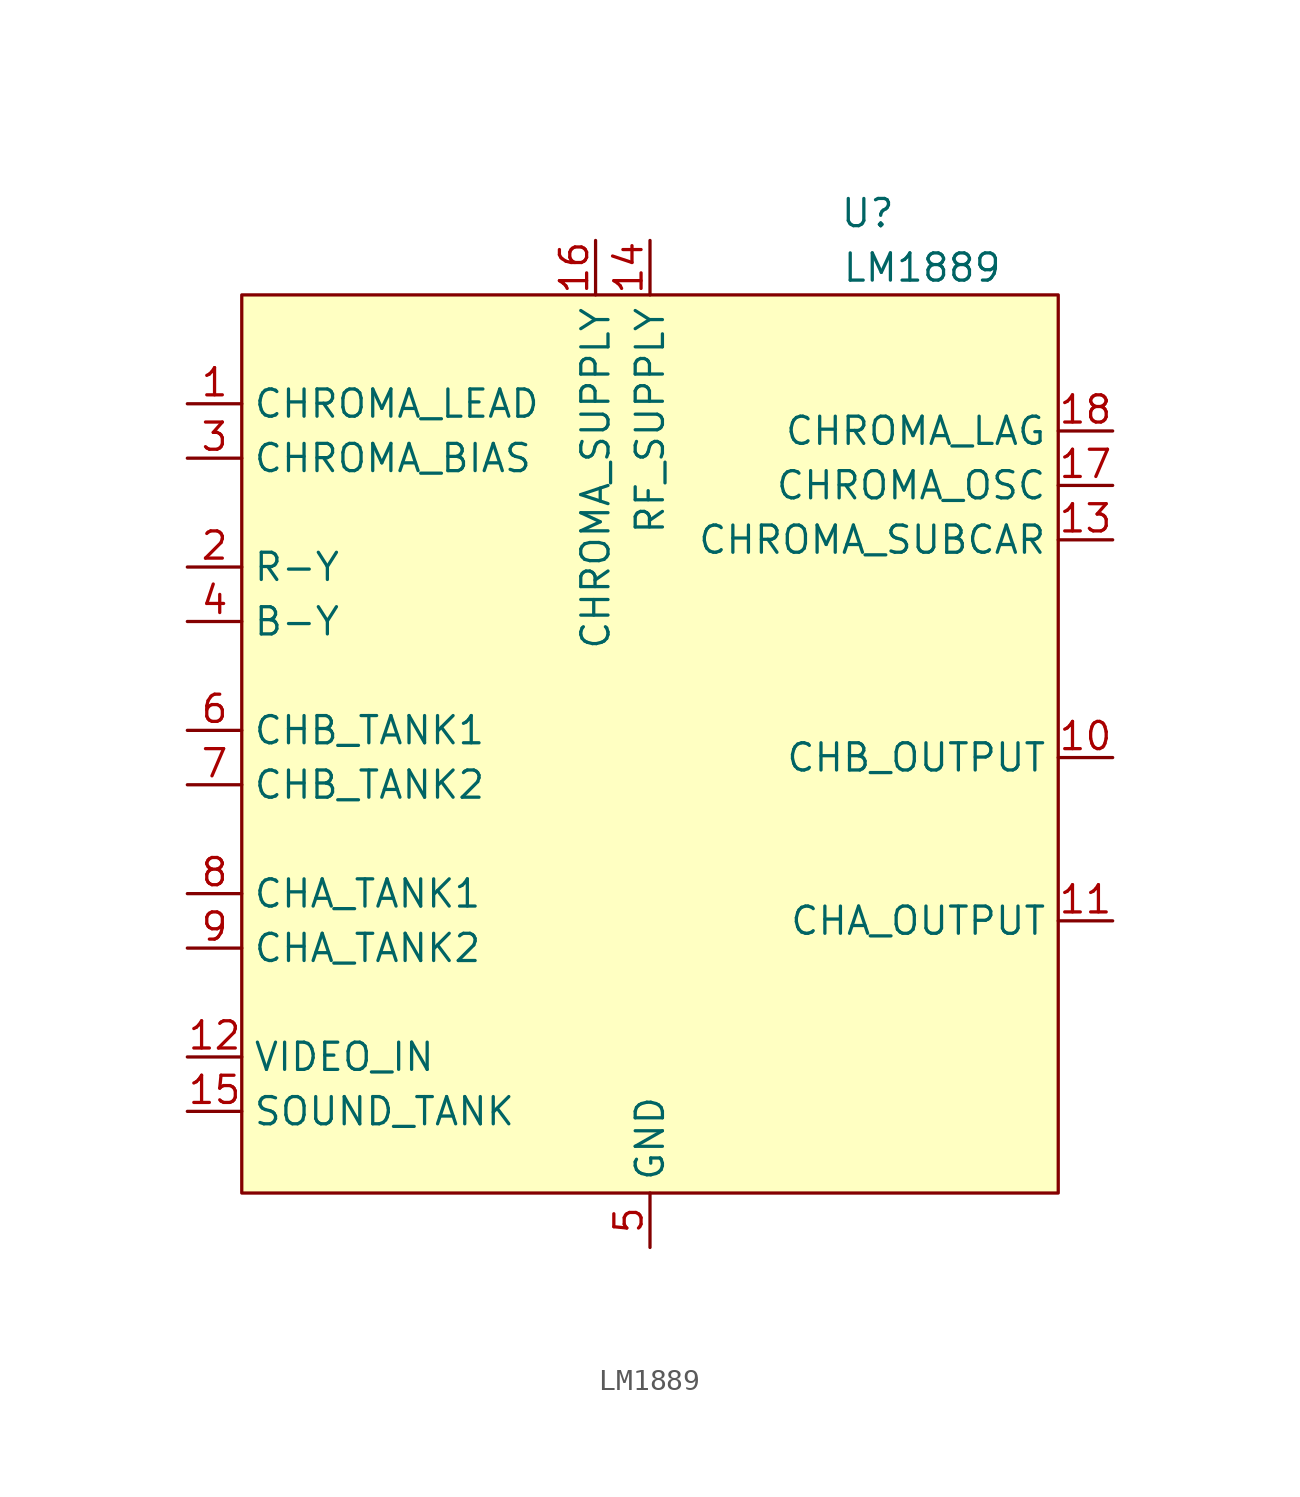
<source format=kicad_sym>
(kicad_symbol_lib
  (version 20211014)
  (generator kicad_symbol_editor)
  (symbol "LM1889"
    (property "Reference" "U"
      (at 10.16 3.81 0)
      (effects (font (size 1.27 1.27))))
    (property "Value" "LM1889"
      (at 12.7 1.27 0)
      (effects (font (size 1.27 1.27))))
    (symbol "LM1889_0_1"
      (rectangle (start -19.05 0) (end 19.05 -41.91) (stroke (width 0) (type default) (color 0 0 0 0)) (fill (type background))))
    (symbol "LM1889_1_1"
      (pin input line (at -21.59 -5.08 0) (length 2.54) (name "CHROMA_LEAD" (effects (font (size 1.27 1.27)))) (number "1" (effects (font (size 1.27 1.27)))))
      (pin output line (at 21.59 -21.59 180) (length 2.54) (name "CHB_OUTPUT" (effects (font (size 1.27 1.27)))) (number "10" (effects (font (size 1.27 1.27)))))
      (pin output line (at 21.59 -29.21 180) (length 2.54) (name "CHA_OUTPUT" (effects (font (size 1.27 1.27)))) (number "11" (effects (font (size 1.27 1.27)))))
      (pin input line (at -21.59 -35.56 0) (length 2.54) (name "VIDEO_IN" (effects (font (size 1.27 1.27)))) (number "12" (effects (font (size 1.27 1.27)))))
      (pin output line (at 21.59 -11.43 180) (length 2.54) (name "CHROMA_SUBCAR" (effects (font (size 1.27 1.27)))) (number "13" (effects (font (size 1.27 1.27)))))
      (pin power_in line (at 0 2.54 270) (length 2.54) (name "RF_SUPPLY" (effects (font (size 1.27 1.27)))) (number "14" (effects (font (size 1.27 1.27)))))
      (pin input line (at -21.59 -38.1 0) (length 2.54) (name "SOUND_TANK" (effects (font (size 1.27 1.27)))) (number "15" (effects (font (size 1.27 1.27)))))
      (pin power_in line (at -2.54 2.54 270) (length 2.54) (name "CHROMA_SUPPLY" (effects (font (size 1.27 1.27)))) (number "16" (effects (font (size 1.27 1.27)))))
      (pin output line (at 21.59 -8.89 180) (length 2.54) (name "CHROMA_OSC" (effects (font (size 1.27 1.27)))) (number "17" (effects (font (size 1.27 1.27)))))
      (pin output line (at 21.59 -6.35 180) (length 2.54) (name "CHROMA_LAG" (effects (font (size 1.27 1.27)))) (number "18" (effects (font (size 1.27 1.27)))))
      (pin input line (at -21.59 -12.7 0) (length 2.54) (name "R-Y" (effects (font (size 1.27 1.27)))) (number "2" (effects (font (size 1.27 1.27)))))
      (pin input line (at -21.59 -7.62 0) (length 2.54) (name "CHROMA_BIAS" (effects (font (size 1.27 1.27)))) (number "3" (effects (font (size 1.27 1.27)))))
      (pin input line (at -21.59 -15.24 0) (length 2.54) (name "B-Y" (effects (font (size 1.27 1.27)))) (number "4" (effects (font (size 1.27 1.27)))))
      (pin input line (at 0 -44.45 90) (length 2.54) (name "GND" (effects (font (size 1.27 1.27)))) (number "5" (effects (font (size 1.27 1.27)))))
      (pin input line (at -21.59 -20.32 0) (length 2.54) (name "CHB_TANK1" (effects (font (size 1.27 1.27)))) (number "6" (effects (font (size 1.27 1.27)))))
      (pin input line (at -21.59 -22.86 0) (length 2.54) (name "CHB_TANK2" (effects (font (size 1.27 1.27)))) (number "7" (effects (font (size 1.27 1.27)))))
      (pin input line (at -21.59 -27.94 0) (length 2.54) (name "CHA_TANK1" (effects (font (size 1.27 1.27)))) (number "8" (effects (font (size 1.27 1.27)))))
      (pin input line (at -21.59 -30.48 0) (length 2.54) (name "CHA_TANK2" (effects (font (size 1.27 1.27)))) (number "9" (effects (font (size 1.27 1.27))))))))
</source>
